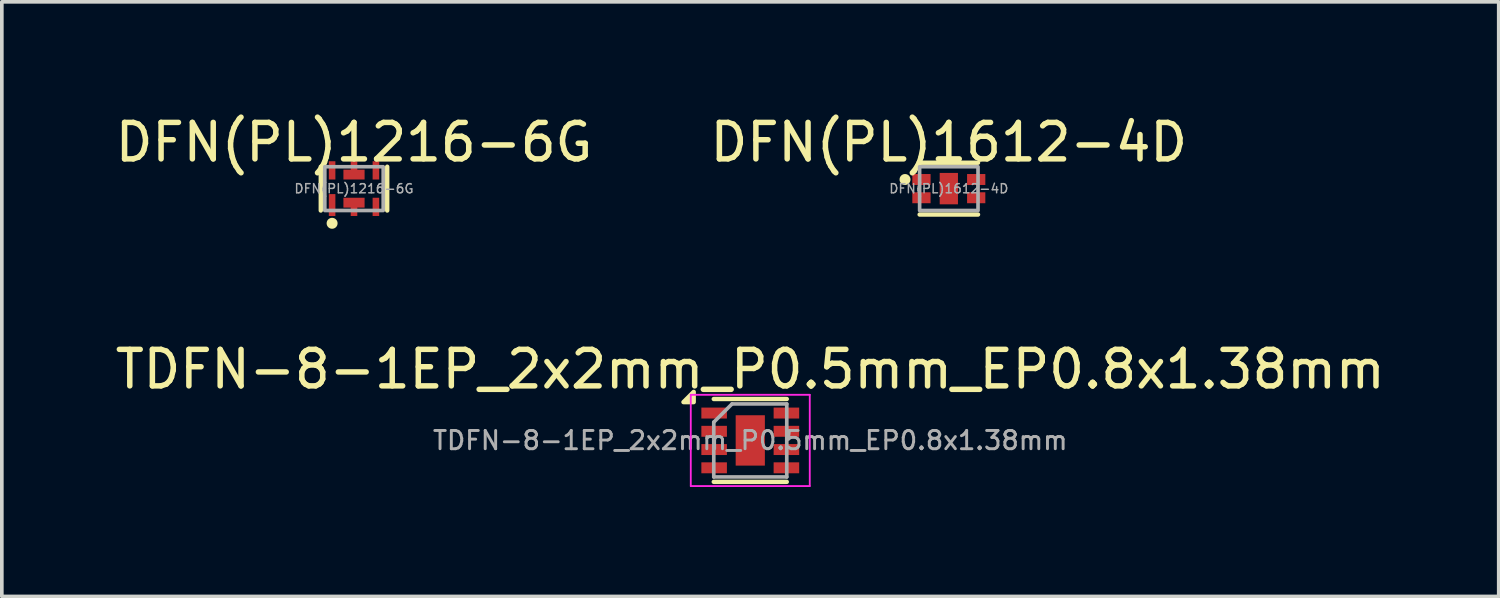
<source format=kicad_pcb>
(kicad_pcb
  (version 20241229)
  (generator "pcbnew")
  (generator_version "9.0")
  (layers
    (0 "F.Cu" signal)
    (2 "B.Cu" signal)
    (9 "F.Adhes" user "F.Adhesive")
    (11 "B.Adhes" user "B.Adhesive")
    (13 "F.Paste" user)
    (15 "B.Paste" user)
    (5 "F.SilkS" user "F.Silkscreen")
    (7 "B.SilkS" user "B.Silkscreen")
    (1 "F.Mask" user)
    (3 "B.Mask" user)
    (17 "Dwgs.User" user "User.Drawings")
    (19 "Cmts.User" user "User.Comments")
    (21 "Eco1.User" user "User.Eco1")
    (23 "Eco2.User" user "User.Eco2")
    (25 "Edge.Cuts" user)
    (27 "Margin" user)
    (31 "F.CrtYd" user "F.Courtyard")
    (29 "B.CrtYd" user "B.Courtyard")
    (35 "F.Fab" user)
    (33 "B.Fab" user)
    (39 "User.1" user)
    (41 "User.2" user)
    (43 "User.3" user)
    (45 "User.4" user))
  (footprint "DFN(PL)1216-6G"
    (layer "F.Cu")
    (at 6.649 2.118)
    (property "Reference" "DFN(PL)1216-6G" (at 0 -1.27 0) (unlocked yes) (layer "F.SilkS") (effects (font (size 1 1) (thickness 0.15))))
    (attr smd)
    (fp_line (start -0.91 -0.6) (end -0.91 0.6) (stroke (width 0.12) (type solid)) (layer "F.SilkS"))
    (fp_line (start 0.91 -0.6) (end 0.91 0.6) (stroke (width 0.12) (type solid)) (layer "F.SilkS"))
    (fp_circle (center -0.6 0.95) (end -0.45 0.95) (stroke (width 0) (type solid)) (fill yes) (layer "F.SilkS"))
    (fp_rect (start -0.8 -0.6) (end 0.8 0.6) (stroke (width 0.1) (type default)) (fill no) (layer "F.Fab"))
    (fp_text user "${REFERENCE}" (at 0 0 0) (unlocked yes) (layer "F.Fab") (effects (font (size 0.25 0.25) (thickness 0.04))))
    (pad "1" smd rect (at -0.6 0.45) (size 0.18 0.6) (layers "F.Cu" "F.Mask" "F.Paste"))
    (pad "2" smd custom (at 0 0.385) (size 0.58 0.27) (layers "F.Cu" "F.Mask" "F.Paste") (options (anchor rect)) (primitives (gr_rect (start -0.09 -0.135) (end 0.09 0.365) (width 0) (fill yes))))
    (pad "3" smd rect (at 0.6 0.5) (size 0.18 0.5) (layers "F.Cu" "F.Mask" "F.Paste"))
    (pad "4" smd rect (at 0.6 -0.5) (size 0.18 0.5) (layers "F.Cu" "F.Mask" "F.Paste"))
    (pad "5" smd custom (at 0 -0.385 180) (size 0.58 0.27) (layers "F.Cu" "F.Mask" "F.Paste") (options (anchor rect)) (primitives (gr_rect (start -0.09 -0.135) (end 0.09 0.365) (width 0) (fill yes))))
    (pad "6" smd rect (at -0.6 -0.5) (size 0.18 0.5) (layers "F.Cu" "F.Mask" "F.Paste")))
  (footprint "TDFN-8-1EP_2x2mm_P0.5mm_EP0.8x1.38mm"
    (layer "F.Cu")
    (at 17.506 9.017)
    (property "Reference" "TDFN-8-1EP_2x2mm_P0.5mm_EP0.8x1.38mm" (at 0 -1.95 0) (layer "F.SilkS") (effects (font (size 1 1) (thickness 0.15))))
    (attr smd)
    (fp_line (start -1 -1.135) (end 1 -1.135) (stroke (width 0.12) (type solid)) (layer "F.SilkS"))
    (fp_line (start -1 1.135) (end 1 1.135) (stroke (width 0.12) (type solid)) (layer "F.SilkS"))
    (fp_poly (pts (xy -1.55 -1.05) (xy -1.83 -1.05) (xy -1.55 -1.33) (xy -1.55 -1.05)) (stroke (width 0.12) (type solid)) (fill yes) (layer "F.SilkS"))
    (fp_line (start -1.63 -1.25) (end -1.63 1.25) (stroke (width 0.05) (type solid)) (layer "F.CrtYd"))
    (fp_line (start -1.63 1.25) (end 1.63 1.25) (stroke (width 0.05) (type solid)) (layer "F.CrtYd"))
    (fp_line (start 1.63 -1.25) (end -1.63 -1.25) (stroke (width 0.05) (type solid)) (layer "F.CrtYd"))
    (fp_line (start 1.63 1.25) (end 1.63 -1.25) (stroke (width 0.05) (type solid)) (layer "F.CrtYd"))
    (fp_line (start -1 -0.5) (end -0.5 -1) (stroke (width 0.1) (type solid)) (layer "F.Fab"))
    (fp_line (start -1 1) (end -1 -0.5) (stroke (width 0.1) (type solid)) (layer "F.Fab"))
    (fp_line (start -0.5 -1) (end 1 -1) (stroke (width 0.1) (type solid)) (layer "F.Fab"))
    (fp_line (start 1 -1) (end 1 1) (stroke (width 0.1) (type solid)) (layer "F.Fab"))
    (fp_line (start 1 1) (end -1 1) (stroke (width 0.1) (type solid)) (layer "F.Fab"))
    (fp_text user "${REFERENCE}" (at 0 0 0) (layer "F.Fab") (effects (font (size 0.5 0.5) (thickness 0.08))))
    (pad "1" smd rect (at -0.99 -0.75) (size 0.7 0.3) (layers "F.Cu" "F.Mask" "F.Paste"))
    (pad "2" smd rect (at -0.99 -0.25) (size 0.7 0.3) (layers "F.Cu" "F.Mask" "F.Paste"))
    (pad "3" smd rect (at -0.99 0.25) (size 0.7 0.3) (layers "F.Cu" "F.Mask" "F.Paste"))
    (pad "4" smd rect (at -0.99 0.75) (size 0.7 0.3) (layers "F.Cu" "F.Mask" "F.Paste"))
    (pad "5" smd rect (at 0.99 0.75) (size 0.7 0.3) (layers "F.Cu" "F.Mask" "F.Paste"))
    (pad "6" smd rect (at 0.99 0.25) (size 0.7 0.3) (layers "F.Cu" "F.Mask" "F.Paste"))
    (pad "7" smd rect (at 0.99 -0.25) (size 0.7 0.3) (layers "F.Cu" "F.Mask" "F.Paste"))
    (pad "8" smd rect (at 0.99 -0.75) (size 0.7 0.3) (layers "F.Cu" "F.Mask" "F.Paste"))
    (pad "9" smd rect (at 0 0) (size 0.8 1.38) (property pad_prop_heatsink) (layers "F.Cu" "F.Mask")))
  (footprint "DFN(PL)1612-4D"
    (layer "F.Cu")
    (at 22.946 2.118)
    (property "Reference" "DFN(PL)1612-4D" (at 0 -1.27 0) (unlocked yes) (layer "F.SilkS") (effects (font (size 1 1) (thickness 0.15))))
    (attr smd)
    (fp_line (start 0.8 -0.71) (end -0.8 -0.71) (stroke (width 0.12) (type solid)) (layer "F.SilkS"))
    (fp_line (start 0.8 0.71) (end -0.8 0.71) (stroke (width 0.12) (type solid)) (layer "F.SilkS"))
    (fp_circle (center -1.2 -0.25) (end -1.05 -0.25) (stroke (width 0) (type solid)) (fill yes) (layer "F.SilkS"))
    (fp_rect (start -0.8 -0.6) (end 0.8 0.6) (stroke (width 0.1) (type default)) (fill no) (layer "F.Fab"))
    (fp_text user "${REFERENCE}" (at 0 0 0) (unlocked yes) (layer "F.Fab") (effects (font (size 0.25 0.25) (thickness 0.04))))
    (pad "1" smd rect (at -0.75 -0.25) (size 0.5 0.3) (layers "F.Cu" "F.Mask" "F.Paste"))
    (pad "2" smd rect (at -0.75 0.25) (size 0.5 0.3) (layers "F.Cu" "F.Mask" "F.Paste"))
    (pad "3" smd rect (at 0.75 0.25) (size 0.5 0.3) (layers "F.Cu" "F.Mask" "F.Paste"))
    (pad "4" smd rect (at 0.75 -0.25) (size 0.5 0.3) (layers "F.Cu" "F.Mask" "F.Paste"))
    (pad "5" smd rect (at 0 0) (size 0.5 0.86) (layers "F.Cu" "F.Mask" "F.Paste")))
  (gr_rect
    (start -3 -3)
    (end 38.012 13.291)
    (stroke (width 0.1) (type default))
    (fill no)
    (layer "Edge.Cuts")))
</source>
